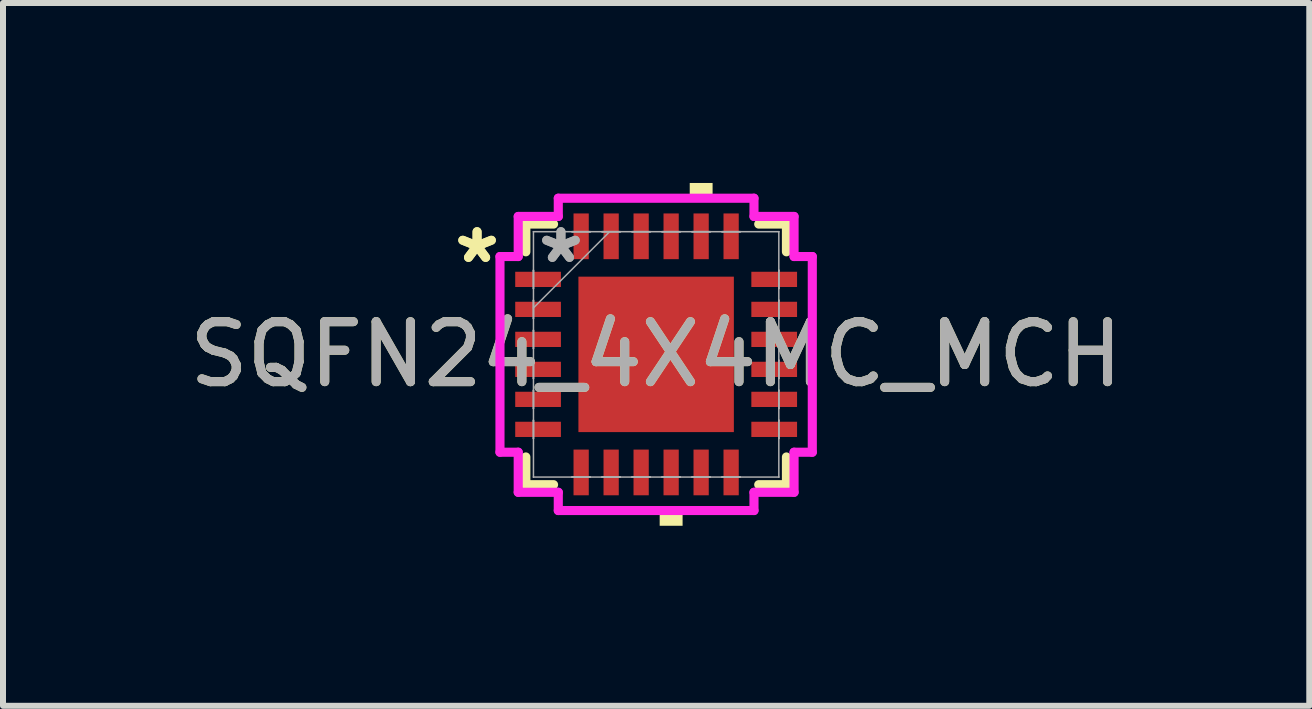
<source format=kicad_pcb>
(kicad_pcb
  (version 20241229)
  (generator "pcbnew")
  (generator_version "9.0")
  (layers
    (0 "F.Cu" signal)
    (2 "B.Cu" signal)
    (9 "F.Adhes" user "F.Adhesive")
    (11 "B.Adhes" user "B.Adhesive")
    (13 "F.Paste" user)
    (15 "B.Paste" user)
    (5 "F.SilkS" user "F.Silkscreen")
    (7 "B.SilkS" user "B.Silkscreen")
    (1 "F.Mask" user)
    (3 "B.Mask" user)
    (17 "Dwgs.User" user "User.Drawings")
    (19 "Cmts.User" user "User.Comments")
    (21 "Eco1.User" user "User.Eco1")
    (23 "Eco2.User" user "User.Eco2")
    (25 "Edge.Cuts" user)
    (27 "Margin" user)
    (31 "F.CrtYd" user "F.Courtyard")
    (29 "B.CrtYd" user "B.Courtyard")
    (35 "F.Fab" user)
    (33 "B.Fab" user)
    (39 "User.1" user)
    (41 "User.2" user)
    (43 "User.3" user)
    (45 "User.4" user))
  (footprint "SQFN24_4X4MC_MCH"
    (layer "F.Cu")
    (at 7.887 2.857)
    (property "Reference" "SQFN24_4X4MC_MCH" (at 0 0 0) (unlocked yes) (layer "F.SilkS") (effects (font (size 1 1) (thickness 0.15))))
    (attr smd)
    (fp_line (start -2.172 -2.172) (end -2.172 -1.71) (stroke (width 0.152) (type solid)) (layer "F.SilkS"))
    (fp_line (start -2.172 1.71) (end -2.172 2.172) (stroke (width 0.152) (type solid)) (layer "F.SilkS"))
    (fp_line (start -2.172 2.172) (end -1.71 2.172) (stroke (width 0.152) (type solid)) (layer "F.SilkS"))
    (fp_line (start -1.71 -2.172) (end -2.172 -2.172) (stroke (width 0.152) (type solid)) (layer "F.SilkS"))
    (fp_line (start 1.71 2.172) (end 2.172 2.172) (stroke (width 0.152) (type solid)) (layer "F.SilkS"))
    (fp_line (start 2.172 -2.172) (end 1.71 -2.172) (stroke (width 0.152) (type solid)) (layer "F.SilkS"))
    (fp_line (start 2.172 -1.71) (end 2.172 -2.172) (stroke (width 0.152) (type solid)) (layer "F.SilkS"))
    (fp_line (start 2.172 2.172) (end 2.172 1.71) (stroke (width 0.152) (type solid)) (layer "F.SilkS"))
    (fp_poly (pts (xy 0.059 2.603) (xy 0.059 2.857) (xy 0.441 2.857) (xy 0.441 2.603)) (stroke (width 0) (type solid)) (fill yes) (layer "F.SilkS"))
    (fp_poly (pts (xy 0.56 -2.603) (xy 0.56 -2.857) (xy 0.941 -2.857) (xy 0.941 -2.603)) (stroke (width 0) (type solid)) (fill yes) (layer "F.SilkS"))
    (fp_poly (pts (xy -1.195 -1.195) (xy -1.195 -0.1) (xy -0.1 -0.1) (xy -0.1 -1.195)) (stroke (width 0) (type solid)) (fill yes) (layer "F.Paste"))
    (fp_poly (pts (xy -1.195 0.1) (xy -1.195 1.195) (xy -0.1 1.195) (xy -0.1 0.1)) (stroke (width 0) (type solid)) (fill yes) (layer "F.Paste"))
    (fp_poly (pts (xy 0.1 -1.195) (xy 0.1 -0.1) (xy 1.195 -0.1) (xy 1.195 -1.195)) (stroke (width 0) (type solid)) (fill yes) (layer "F.Paste"))
    (fp_poly (pts (xy 0.1 0.1) (xy 0.1 1.195) (xy 1.195 1.195) (xy 1.195 0.1)) (stroke (width 0) (type solid)) (fill yes) (layer "F.Paste"))
    (fp_line (start -2.603 -1.631) (end -2.299 -1.631) (stroke (width 0.152) (type solid)) (layer "F.CrtYd"))
    (fp_line (start -2.603 1.631) (end -2.603 -1.631) (stroke (width 0.152) (type solid)) (layer "F.CrtYd"))
    (fp_line (start -2.299 -2.299) (end -1.631 -2.299) (stroke (width 0.152) (type solid)) (layer "F.CrtYd"))
    (fp_line (start -2.299 -1.631) (end -2.299 -2.299) (stroke (width 0.152) (type solid)) (layer "F.CrtYd"))
    (fp_line (start -2.299 1.631) (end -2.603 1.631) (stroke (width 0.152) (type solid)) (layer "F.CrtYd"))
    (fp_line (start -2.299 2.299) (end -2.299 1.631) (stroke (width 0.152) (type solid)) (layer "F.CrtYd"))
    (fp_line (start -1.631 -2.603) (end 1.631 -2.603) (stroke (width 0.152) (type solid)) (layer "F.CrtYd"))
    (fp_line (start -1.631 -2.299) (end -1.631 -2.603) (stroke (width 0.152) (type solid)) (layer "F.CrtYd"))
    (fp_line (start -1.631 2.299) (end -2.299 2.299) (stroke (width 0.152) (type solid)) (layer "F.CrtYd"))
    (fp_line (start -1.631 2.603) (end -1.631 2.299) (stroke (width 0.152) (type solid)) (layer "F.CrtYd"))
    (fp_line (start 1.631 -2.603) (end 1.631 -2.299) (stroke (width 0.152) (type solid)) (layer "F.CrtYd"))
    (fp_line (start 1.631 -2.299) (end 2.299 -2.299) (stroke (width 0.152) (type solid)) (layer "F.CrtYd"))
    (fp_line (start 1.631 2.299) (end 1.631 2.603) (stroke (width 0.152) (type solid)) (layer "F.CrtYd"))
    (fp_line (start 1.631 2.603) (end -1.631 2.603) (stroke (width 0.152) (type solid)) (layer "F.CrtYd"))
    (fp_line (start 2.299 -2.299) (end 2.299 -1.631) (stroke (width 0.152) (type solid)) (layer "F.CrtYd"))
    (fp_line (start 2.299 -1.631) (end 2.603 -1.631) (stroke (width 0.152) (type solid)) (layer "F.CrtYd"))
    (fp_line (start 2.299 1.631) (end 2.299 2.299) (stroke (width 0.152) (type solid)) (layer "F.CrtYd"))
    (fp_line (start 2.299 2.299) (end 1.631 2.299) (stroke (width 0.152) (type solid)) (layer "F.CrtYd"))
    (fp_line (start 2.603 -1.631) (end 2.603 1.631) (stroke (width 0.152) (type solid)) (layer "F.CrtYd"))
    (fp_line (start 2.603 1.631) (end 2.299 1.631) (stroke (width 0.152) (type solid)) (layer "F.CrtYd"))
    (fp_line (start -2.045 -2.045) (end -2.045 -2.045) (stroke (width 0.025) (type solid)) (layer "F.Fab"))
    (fp_line (start -2.045 -2.045) (end -2.045 2.045) (stroke (width 0.025) (type solid)) (layer "F.Fab"))
    (fp_line (start -2.045 -1.402) (end -2.045 -1.402) (stroke (width 0.025) (type solid)) (layer "F.Fab"))
    (fp_line (start -2.045 -1.402) (end -2.045 -1.098) (stroke (width 0.025) (type solid)) (layer "F.Fab"))
    (fp_line (start -2.045 -1.098) (end -2.045 -1.402) (stroke (width 0.025) (type solid)) (layer "F.Fab"))
    (fp_line (start -2.045 -1.098) (end -2.045 -1.098) (stroke (width 0.025) (type solid)) (layer "F.Fab"))
    (fp_line (start -2.045 -0.902) (end -2.045 -0.902) (stroke (width 0.025) (type solid)) (layer "F.Fab"))
    (fp_line (start -2.045 -0.902) (end -2.045 -0.598) (stroke (width 0.025) (type solid)) (layer "F.Fab"))
    (fp_line (start -2.045 -0.775) (end -0.775 -2.045) (stroke (width 0.025) (type solid)) (layer "F.Fab"))
    (fp_line (start -2.045 -0.598) (end -2.045 -0.902) (stroke (width 0.025) (type solid)) (layer "F.Fab"))
    (fp_line (start -2.045 -0.598) (end -2.045 -0.598) (stroke (width 0.025) (type solid)) (layer "F.Fab"))
    (fp_line (start -2.045 -0.402) (end -2.045 -0.402) (stroke (width 0.025) (type solid)) (layer "F.Fab"))
    (fp_line (start -2.045 -0.402) (end -2.045 -0.098) (stroke (width 0.025) (type solid)) (layer "F.Fab"))
    (fp_line (start -2.045 -0.098) (end -2.045 -0.402) (stroke (width 0.025) (type solid)) (layer "F.Fab"))
    (fp_line (start -2.045 -0.098) (end -2.045 -0.098) (stroke (width 0.025) (type solid)) (layer "F.Fab"))
    (fp_line (start -2.045 0.098) (end -2.045 0.098) (stroke (width 0.025) (type solid)) (layer "F.Fab"))
    (fp_line (start -2.045 0.098) (end -2.045 0.402) (stroke (width 0.025) (type solid)) (layer "F.Fab"))
    (fp_line (start -2.045 0.402) (end -2.045 0.098) (stroke (width 0.025) (type solid)) (layer "F.Fab"))
    (fp_line (start -2.045 0.402) (end -2.045 0.402) (stroke (width 0.025) (type solid)) (layer "F.Fab"))
    (fp_line (start -2.045 0.598) (end -2.045 0.598) (stroke (width 0.025) (type solid)) (layer "F.Fab"))
    (fp_line (start -2.045 0.598) (end -2.045 0.902) (stroke (width 0.025) (type solid)) (layer "F.Fab"))
    (fp_line (start -2.045 0.902) (end -2.045 0.598) (stroke (width 0.025) (type solid)) (layer "F.Fab"))
    (fp_line (start -2.045 0.902) (end -2.045 0.902) (stroke (width 0.025) (type solid)) (layer "F.Fab"))
    (fp_line (start -2.045 1.098) (end -2.045 1.098) (stroke (width 0.025) (type solid)) (layer "F.Fab"))
    (fp_line (start -2.045 1.098) (end -2.045 1.402) (stroke (width 0.025) (type solid)) (layer "F.Fab"))
    (fp_line (start -2.045 1.402) (end -2.045 1.098) (stroke (width 0.025) (type solid)) (layer "F.Fab"))
    (fp_line (start -2.045 1.402) (end -2.045 1.402) (stroke (width 0.025) (type solid)) (layer "F.Fab"))
    (fp_line (start -2.045 2.045) (end -2.045 2.045) (stroke (width 0.025) (type solid)) (layer "F.Fab"))
    (fp_line (start -2.045 2.045) (end 2.045 2.045) (stroke (width 0.025) (type solid)) (layer "F.Fab"))
    (fp_line (start -1.402 -2.045) (end -1.402 -2.045) (stroke (width 0.025) (type solid)) (layer "F.Fab"))
    (fp_line (start -1.402 -2.045) (end -1.098 -2.045) (stroke (width 0.025) (type solid)) (layer "F.Fab"))
    (fp_line (start -1.402 2.045) (end -1.402 2.045) (stroke (width 0.025) (type solid)) (layer "F.Fab"))
    (fp_line (start -1.402 2.045) (end -1.098 2.045) (stroke (width 0.025) (type solid)) (layer "F.Fab"))
    (fp_line (start -1.098 -2.045) (end -1.402 -2.045) (stroke (width 0.025) (type solid)) (layer "F.Fab"))
    (fp_line (start -1.098 -2.045) (end -1.098 -2.045) (stroke (width 0.025) (type solid)) (layer "F.Fab"))
    (fp_line (start -1.098 2.045) (end -1.402 2.045) (stroke (width 0.025) (type solid)) (layer "F.Fab"))
    (fp_line (start -1.098 2.045) (end -1.098 2.045) (stroke (width 0.025) (type solid)) (layer "F.Fab"))
    (fp_line (start -0.902 -2.045) (end -0.902 -2.045) (stroke (width 0.025) (type solid)) (layer "F.Fab"))
    (fp_line (start -0.902 -2.045) (end -0.598 -2.045) (stroke (width 0.025) (type solid)) (layer "F.Fab"))
    (fp_line (start -0.902 2.045) (end -0.902 2.045) (stroke (width 0.025) (type solid)) (layer "F.Fab"))
    (fp_line (start -0.902 2.045) (end -0.598 2.045) (stroke (width 0.025) (type solid)) (layer "F.Fab"))
    (fp_line (start -0.598 -2.045) (end -0.902 -2.045) (stroke (width 0.025) (type solid)) (layer "F.Fab"))
    (fp_line (start -0.598 -2.045) (end -0.598 -2.045) (stroke (width 0.025) (type solid)) (layer "F.Fab"))
    (fp_line (start -0.598 2.045) (end -0.902 2.045) (stroke (width 0.025) (type solid)) (layer "F.Fab"))
    (fp_line (start -0.598 2.045) (end -0.598 2.045) (stroke (width 0.025) (type solid)) (layer "F.Fab"))
    (fp_line (start -0.402 -2.045) (end -0.402 -2.045) (stroke (width 0.025) (type solid)) (layer "F.Fab"))
    (fp_line (start -0.402 -2.045) (end -0.098 -2.045) (stroke (width 0.025) (type solid)) (layer "F.Fab"))
    (fp_line (start -0.402 2.045) (end -0.402 2.045) (stroke (width 0.025) (type solid)) (layer "F.Fab"))
    (fp_line (start -0.402 2.045) (end -0.098 2.045) (stroke (width 0.025) (type solid)) (layer "F.Fab"))
    (fp_line (start -0.098 -2.045) (end -0.402 -2.045) (stroke (width 0.025) (type solid)) (layer "F.Fab"))
    (fp_line (start -0.098 -2.045) (end -0.098 -2.045) (stroke (width 0.025) (type solid)) (layer "F.Fab"))
    (fp_line (start -0.098 2.045) (end -0.402 2.045) (stroke (width 0.025) (type solid)) (layer "F.Fab"))
    (fp_line (start -0.098 2.045) (end -0.098 2.045) (stroke (width 0.025) (type solid)) (layer "F.Fab"))
    (fp_line (start 0.098 -2.045) (end 0.098 -2.045) (stroke (width 0.025) (type solid)) (layer "F.Fab"))
    (fp_line (start 0.098 -2.045) (end 0.402 -2.045) (stroke (width 0.025) (type solid)) (layer "F.Fab"))
    (fp_line (start 0.098 2.045) (end 0.098 2.045) (stroke (width 0.025) (type solid)) (layer "F.Fab"))
    (fp_line (start 0.098 2.045) (end 0.402 2.045) (stroke (width 0.025) (type solid)) (layer "F.Fab"))
    (fp_line (start 0.402 -2.045) (end 0.098 -2.045) (stroke (width 0.025) (type solid)) (layer "F.Fab"))
    (fp_line (start 0.402 -2.045) (end 0.402 -2.045) (stroke (width 0.025) (type solid)) (layer "F.Fab"))
    (fp_line (start 0.402 2.045) (end 0.098 2.045) (stroke (width 0.025) (type solid)) (layer "F.Fab"))
    (fp_line (start 0.402 2.045) (end 0.402 2.045) (stroke (width 0.025) (type solid)) (layer "F.Fab"))
    (fp_line (start 0.598 -2.045) (end 0.598 -2.045) (stroke (width 0.025) (type solid)) (layer "F.Fab"))
    (fp_line (start 0.598 -2.045) (end 0.902 -2.045) (stroke (width 0.025) (type solid)) (layer "F.Fab"))
    (fp_line (start 0.598 2.045) (end 0.598 2.045) (stroke (width 0.025) (type solid)) (layer "F.Fab"))
    (fp_line (start 0.598 2.045) (end 0.902 2.045) (stroke (width 0.025) (type solid)) (layer "F.Fab"))
    (fp_line (start 0.902 -2.045) (end 0.598 -2.045) (stroke (width 0.025) (type solid)) (layer "F.Fab"))
    (fp_line (start 0.902 -2.045) (end 0.902 -2.045) (stroke (width 0.025) (type solid)) (layer "F.Fab"))
    (fp_line (start 0.902 2.045) (end 0.598 2.045) (stroke (width 0.025) (type solid)) (layer "F.Fab"))
    (fp_line (start 0.902 2.045) (end 0.902 2.045) (stroke (width 0.025) (type solid)) (layer "F.Fab"))
    (fp_line (start 1.098 -2.045) (end 1.098 -2.045) (stroke (width 0.025) (type solid)) (layer "F.Fab"))
    (fp_line (start 1.098 -2.045) (end 1.402 -2.045) (stroke (width 0.025) (type solid)) (layer "F.Fab"))
    (fp_line (start 1.098 2.045) (end 1.098 2.045) (stroke (width 0.025) (type solid)) (layer "F.Fab"))
    (fp_line (start 1.098 2.045) (end 1.402 2.045) (stroke (width 0.025) (type solid)) (layer "F.Fab"))
    (fp_line (start 1.402 -2.045) (end 1.098 -2.045) (stroke (width 0.025) (type solid)) (layer "F.Fab"))
    (fp_line (start 1.402 -2.045) (end 1.402 -2.045) (stroke (width 0.025) (type solid)) (layer "F.Fab"))
    (fp_line (start 1.402 2.045) (end 1.098 2.045) (stroke (width 0.025) (type solid)) (layer "F.Fab"))
    (fp_line (start 1.402 2.045) (end 1.402 2.045) (stroke (width 0.025) (type solid)) (layer "F.Fab"))
    (fp_line (start 2.045 -2.045) (end -2.045 -2.045) (stroke (width 0.025) (type solid)) (layer "F.Fab"))
    (fp_line (start 2.045 -2.045) (end 2.045 -2.045) (stroke (width 0.025) (type solid)) (layer "F.Fab"))
    (fp_line (start 2.045 -1.402) (end 2.045 -1.402) (stroke (width 0.025) (type solid)) (layer "F.Fab"))
    (fp_line (start 2.045 -1.402) (end 2.045 -1.098) (stroke (width 0.025) (type solid)) (layer "F.Fab"))
    (fp_line (start 2.045 -1.098) (end 2.045 -1.402) (stroke (width 0.025) (type solid)) (layer "F.Fab"))
    (fp_line (start 2.045 -1.098) (end 2.045 -1.098) (stroke (width 0.025) (type solid)) (layer "F.Fab"))
    (fp_line (start 2.045 -0.902) (end 2.045 -0.902) (stroke (width 0.025) (type solid)) (layer "F.Fab"))
    (fp_line (start 2.045 -0.902) (end 2.045 -0.598) (stroke (width 0.025) (type solid)) (layer "F.Fab"))
    (fp_line (start 2.045 -0.598) (end 2.045 -0.902) (stroke (width 0.025) (type solid)) (layer "F.Fab"))
    (fp_line (start 2.045 -0.598) (end 2.045 -0.598) (stroke (width 0.025) (type solid)) (layer "F.Fab"))
    (fp_line (start 2.045 -0.402) (end 2.045 -0.402) (stroke (width 0.025) (type solid)) (layer "F.Fab"))
    (fp_line (start 2.045 -0.402) (end 2.045 -0.098) (stroke (width 0.025) (type solid)) (layer "F.Fab"))
    (fp_line (start 2.045 -0.098) (end 2.045 -0.402) (stroke (width 0.025) (type solid)) (layer "F.Fab"))
    (fp_line (start 2.045 -0.098) (end 2.045 -0.098) (stroke (width 0.025) (type solid)) (layer "F.Fab"))
    (fp_line (start 2.045 0.098) (end 2.045 0.098) (stroke (width 0.025) (type solid)) (layer "F.Fab"))
    (fp_line (start 2.045 0.098) (end 2.045 0.402) (stroke (width 0.025) (type solid)) (layer "F.Fab"))
    (fp_line (start 2.045 0.402) (end 2.045 0.098) (stroke (width 0.025) (type solid)) (layer "F.Fab"))
    (fp_line (start 2.045 0.402) (end 2.045 0.402) (stroke (width 0.025) (type solid)) (layer "F.Fab"))
    (fp_line (start 2.045 0.598) (end 2.045 0.598) (stroke (width 0.025) (type solid)) (layer "F.Fab"))
    (fp_line (start 2.045 0.598) (end 2.045 0.902) (stroke (width 0.025) (type solid)) (layer "F.Fab"))
    (fp_line (start 2.045 0.902) (end 2.045 0.598) (stroke (width 0.025) (type solid)) (layer "F.Fab"))
    (fp_line (start 2.045 0.902) (end 2.045 0.902) (stroke (width 0.025) (type solid)) (layer "F.Fab"))
    (fp_line (start 2.045 1.098) (end 2.045 1.098) (stroke (width 0.025) (type solid)) (layer "F.Fab"))
    (fp_line (start 2.045 1.098) (end 2.045 1.402) (stroke (width 0.025) (type solid)) (layer "F.Fab"))
    (fp_line (start 2.045 1.402) (end 2.045 1.098) (stroke (width 0.025) (type solid)) (layer "F.Fab"))
    (fp_line (start 2.045 1.402) (end 2.045 1.402) (stroke (width 0.025) (type solid)) (layer "F.Fab"))
    (fp_line (start 2.045 2.045) (end 2.045 -2.045) (stroke (width 0.025) (type solid)) (layer "F.Fab"))
    (fp_line (start 2.045 2.045) (end 2.045 2.045) (stroke (width 0.025) (type solid)) (layer "F.Fab"))
    (fp_text user "*" (at -2.985 -1.5 0) (layer "F.SilkS") (effects (font (size 1 1) (thickness 0.15))))
    (fp_text user "*" (at -2.985 -1.5 0) (unlocked yes) (layer "F.SilkS") (effects (font (size 1 1) (thickness 0.15))))
    (fp_text user "*" (at -1.587 -1.5 0) (unlocked yes) (layer "F.Fab") (effects (font (size 1 1) (thickness 0.15))))
    (fp_text user "*" (at -1.587 -1.5 0) (layer "F.Fab") (effects (font (size 1 1) (thickness 0.15))))
    (fp_text user "${REFERENCE}" (at 0 0 0) (unlocked yes) (layer "F.Fab") (effects (font (size 1 1) (thickness 0.15))))
    (pad "1" smd rect (at -1.968 -1.25 90) (size 0.254 0.762) (layers "F.Cu" "F.Mask" "F.Paste"))
    (pad "2" smd rect (at -1.968 -0.75 90) (size 0.254 0.762) (layers "F.Cu" "F.Mask" "F.Paste"))
    (pad "3" smd rect (at -1.968 -0.25 90) (size 0.254 0.762) (layers "F.Cu" "F.Mask" "F.Paste"))
    (pad "4" smd rect (at -1.968 0.25 90) (size 0.254 0.762) (layers "F.Cu" "F.Mask" "F.Paste"))
    (pad "5" smd rect (at -1.968 0.75 90) (size 0.254 0.762) (layers "F.Cu" "F.Mask" "F.Paste"))
    (pad "6" smd rect (at -1.968 1.25 90) (size 0.254 0.762) (layers "F.Cu" "F.Mask" "F.Paste"))
    (pad "7" smd rect (at -1.25 1.968) (size 0.254 0.762) (layers "F.Cu" "F.Mask" "F.Paste"))
    (pad "8" smd rect (at -0.75 1.968) (size 0.254 0.762) (layers "F.Cu" "F.Mask" "F.Paste"))
    (pad "9" smd rect (at -0.25 1.968) (size 0.254 0.762) (layers "F.Cu" "F.Mask" "F.Paste"))
    (pad "10" smd rect (at 0.25 1.968) (size 0.254 0.762) (layers "F.Cu" "F.Mask" "F.Paste"))
    (pad "11" smd rect (at 0.75 1.968) (size 0.254 0.762) (layers "F.Cu" "F.Mask" "F.Paste"))
    (pad "12" smd rect (at 1.25 1.968) (size 0.254 0.762) (layers "F.Cu" "F.Mask" "F.Paste"))
    (pad "13" smd rect (at 1.968 1.25 90) (size 0.254 0.762) (layers "F.Cu" "F.Mask" "F.Paste"))
    (pad "14" smd rect (at 1.968 0.75 90) (size 0.254 0.762) (layers "F.Cu" "F.Mask" "F.Paste"))
    (pad "15" smd rect (at 1.968 0.25 90) (size 0.254 0.762) (layers "F.Cu" "F.Mask" "F.Paste"))
    (pad "16" smd rect (at 1.968 -0.25 90) (size 0.254 0.762) (layers "F.Cu" "F.Mask" "F.Paste"))
    (pad "17" smd rect (at 1.968 -0.75 90) (size 0.254 0.762) (layers "F.Cu" "F.Mask" "F.Paste"))
    (pad "18" smd rect (at 1.968 -1.25 90) (size 0.254 0.762) (layers "F.Cu" "F.Mask" "F.Paste"))
    (pad "19" smd rect (at 1.25 -1.968) (size 0.254 0.762) (layers "F.Cu" "F.Mask" "F.Paste"))
    (pad "20" smd rect (at 0.75 -1.968) (size 0.254 0.762) (layers "F.Cu" "F.Mask" "F.Paste"))
    (pad "21" smd rect (at 0.25 -1.968) (size 0.254 0.762) (layers "F.Cu" "F.Mask" "F.Paste"))
    (pad "22" smd rect (at -0.25 -1.968) (size 0.254 0.762) (layers "F.Cu" "F.Mask" "F.Paste"))
    (pad "23" smd rect (at -0.75 -1.968) (size 0.254 0.762) (layers "F.Cu" "F.Mask" "F.Paste"))
    (pad "24" smd rect (at -1.25 -1.968) (size 0.254 0.762) (layers "F.Cu" "F.Mask" "F.Paste"))
    (pad "25" smd rect (at 0 0) (size 2.591 2.591) (layers "F.Cu" "F.Mask" "F.Paste")))
  (gr_rect
    (start -3 -3)
    (end 18.774 8.715)
    (stroke (width 0.1) (type default))
    (fill no)
    (layer "Edge.Cuts")))
</source>
